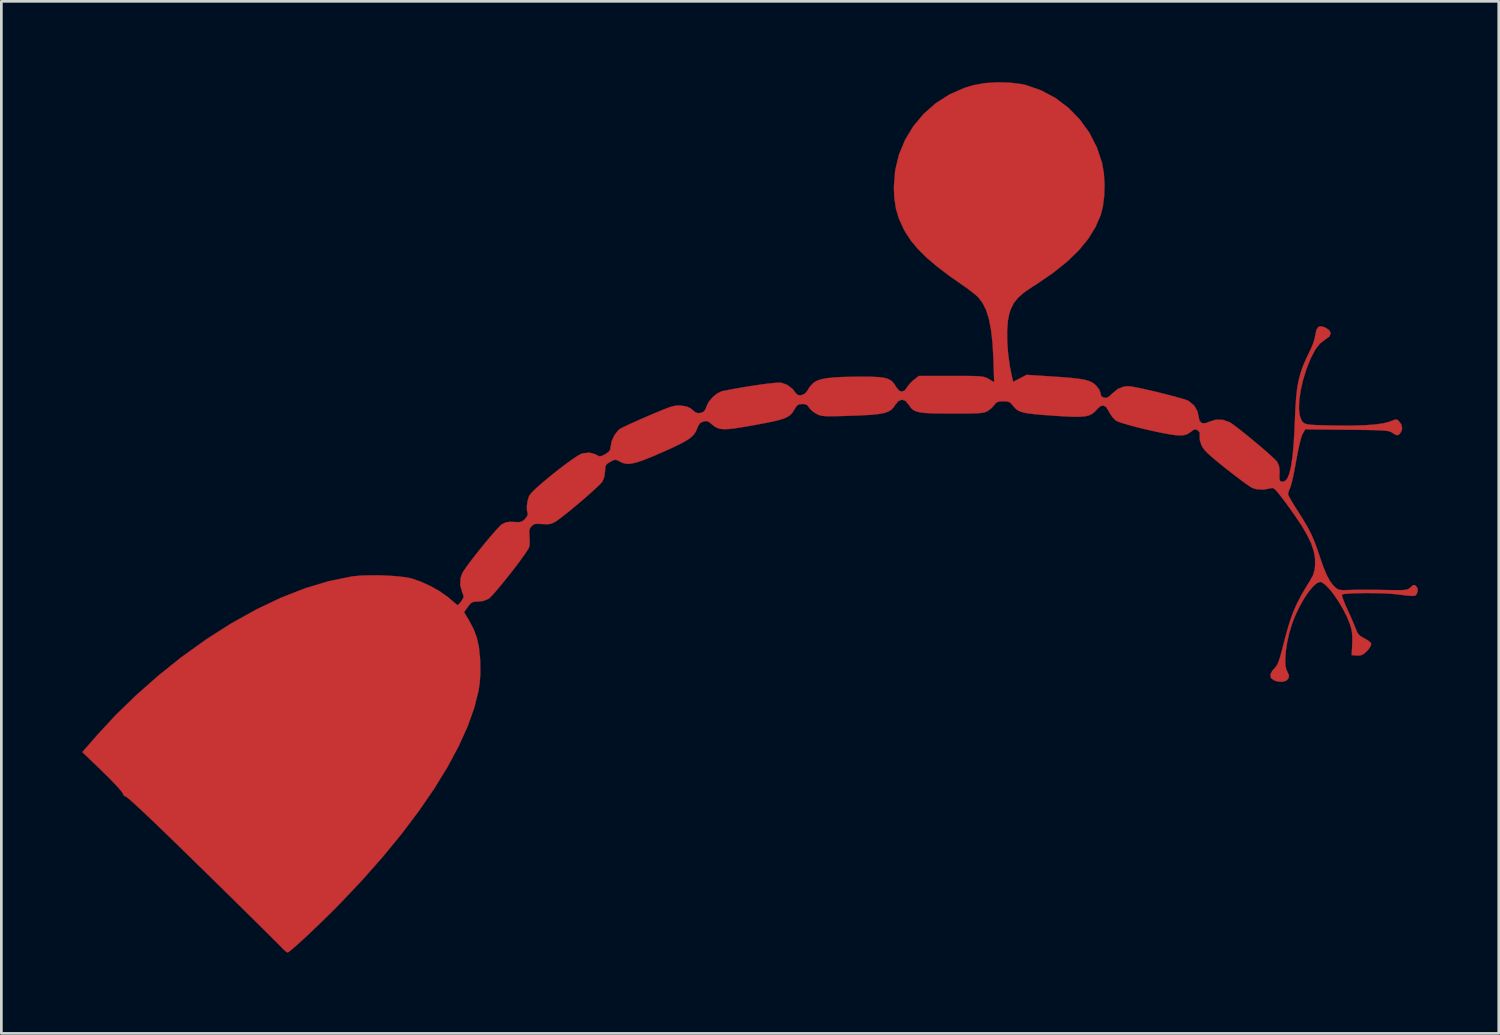
<source format=kicad_pcb>
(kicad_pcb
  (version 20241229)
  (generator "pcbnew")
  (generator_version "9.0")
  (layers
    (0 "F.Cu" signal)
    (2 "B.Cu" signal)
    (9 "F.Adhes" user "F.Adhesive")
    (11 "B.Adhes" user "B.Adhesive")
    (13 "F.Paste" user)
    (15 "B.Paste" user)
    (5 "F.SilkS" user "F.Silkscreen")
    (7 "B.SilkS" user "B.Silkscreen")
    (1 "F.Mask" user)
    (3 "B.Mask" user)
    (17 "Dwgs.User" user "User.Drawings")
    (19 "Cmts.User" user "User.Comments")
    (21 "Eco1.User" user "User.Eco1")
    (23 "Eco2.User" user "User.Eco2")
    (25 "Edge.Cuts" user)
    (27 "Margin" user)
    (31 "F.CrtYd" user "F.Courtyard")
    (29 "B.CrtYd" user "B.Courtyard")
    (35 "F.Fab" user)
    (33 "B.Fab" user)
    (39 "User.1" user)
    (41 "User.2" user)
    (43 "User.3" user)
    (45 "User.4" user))
  (footprint "cu"
    (layer "F.Cu")
    (at 34.04 3.918)
    (property "Reference" "cu" (at 0 0 0) (layer "F.Cu") (effects (font (size 1.524 1.524) (thickness 0.3))))
    (attr through_hole)
    (fp_poly (pts (xy 0.376 -3.902) (xy 0.805 -3.85) (xy 0.984 -3.812) (xy 1.555 -3.614) (xy 2.086 -3.33) (xy 2.567 -2.966) (xy 2.989 -2.534) (xy 3.345 -2.041) (xy 3.624 -1.496) (xy 3.816 -0.921) (xy 3.882 -0.541) (xy 3.909 -0.121) (xy 3.896 0.306) (xy 3.845 0.704) (xy 3.765 1.016) (xy 3.57 1.465) (xy 3.301 1.899) (xy 2.954 2.322) (xy 2.522 2.739) (xy 2 3.157) (xy 1.385 3.58) (xy 1.226 3.681) (xy 0.923 3.887) (xy 0.7 4.081) (xy 0.539 4.283) (xy 0.426 4.511) (xy 0.373 4.67) (xy 0.317 4.961) (xy 0.292 5.325) (xy 0.297 5.741) (xy 0.332 6.185) (xy 0.395 6.636) (xy 0.462 6.968) (xy 0.516 7.205) (xy 0.766 7.075) (xy 1.017 6.945) (xy 1.943 7.005) (xy 2.371 7.034) (xy 2.71 7.063) (xy 2.974 7.094) (xy 3.176 7.13) (xy 3.329 7.173) (xy 3.446 7.227) (xy 3.54 7.293) (xy 3.592 7.341) (xy 3.706 7.484) (xy 3.758 7.616) (xy 3.759 7.635) (xy 3.79 7.743) (xy 3.888 7.794) (xy 3.986 7.799) (xy 4.081 7.748) (xy 4.184 7.649) (xy 4.402 7.468) (xy 4.636 7.379) (xy 4.787 7.366) (xy 4.902 7.379) (xy 5.093 7.413) (xy 5.341 7.465) (xy 5.626 7.53) (xy 5.929 7.602) (xy 6.23 7.677) (xy 6.51 7.751) (xy 6.749 7.818) (xy 6.928 7.873) (xy 7.028 7.913) (xy 7.029 7.914) (xy 7.233 8.083) (xy 7.359 8.299) (xy 7.393 8.466) (xy 7.431 8.646) (xy 7.518 8.737) (xy 7.656 8.741) (xy 7.801 8.683) (xy 8.042 8.61) (xy 8.304 8.616) (xy 8.546 8.7) (xy 8.582 8.722) (xy 8.724 8.821) (xy 8.912 8.965) (xy 9.133 9.14) (xy 9.371 9.334) (xy 9.611 9.535) (xy 9.838 9.728) (xy 10.038 9.904) (xy 10.195 10.048) (xy 10.295 10.148) (xy 10.318 10.177) (xy 10.384 10.326) (xy 10.406 10.509) (xy 10.403 10.617) (xy 10.399 10.779) (xy 10.412 10.865) (xy 10.453 10.902) (xy 10.5 10.912) (xy 10.603 10.891) (xy 10.692 10.791) (xy 10.768 10.611) (xy 10.831 10.345) (xy 10.884 9.992) (xy 10.926 9.546) (xy 10.958 9.004) (xy 10.97 8.712) (xy 10.991 8.222) (xy 11.018 7.814) (xy 11.055 7.47) (xy 11.107 7.171) (xy 11.177 6.898) (xy 11.269 6.633) (xy 11.387 6.356) (xy 11.536 6.048) (xy 11.55 6.02) (xy 11.638 5.816) (xy 11.705 5.603) (xy 11.732 5.466) (xy 11.773 5.269) (xy 11.847 5.164) (xy 11.964 5.144) (xy 12.113 5.195) (xy 12.257 5.297) (xy 12.302 5.411) (xy 12.248 5.527) (xy 12.097 5.635) (xy 11.908 5.778) (xy 11.729 6.011) (xy 11.557 6.338) (xy 11.407 6.716) (xy 11.28 7.123) (xy 11.189 7.514) (xy 11.137 7.875) (xy 11.125 8.193) (xy 11.152 8.453) (xy 11.221 8.64) (xy 11.264 8.696) (xy 11.307 8.733) (xy 11.36 8.761) (xy 11.438 8.782) (xy 11.555 8.797) (xy 11.727 8.808) (xy 11.966 8.817) (xy 12.289 8.825) (xy 12.405 8.827) (xy 12.997 8.832) (xy 13.507 8.82) (xy 13.931 8.79) (xy 14.265 8.743) (xy 14.503 8.68) (xy 14.554 8.658) (xy 14.681 8.607) (xy 14.762 8.608) (xy 14.814 8.641) (xy 14.926 8.785) (xy 14.955 8.947) (xy 14.91 9.075) (xy 14.832 9.168) (xy 14.751 9.185) (xy 14.636 9.128) (xy 14.59 9.096) (xy 14.545 9.068) (xy 14.489 9.046) (xy 14.41 9.028) (xy 14.297 9.015) (xy 14.137 9.005) (xy 13.921 8.997) (xy 13.635 8.991) (xy 13.269 8.987) (xy 12.906 8.983) (xy 11.359 8.968) (xy 11.262 9.134) (xy 11.215 9.251) (xy 11.16 9.452) (xy 11.099 9.722) (xy 11.036 10.045) (xy 11.02 10.14) (xy 10.966 10.433) (xy 10.912 10.701) (xy 10.861 10.924) (xy 10.818 11.08) (xy 10.797 11.137) (xy 10.743 11.266) (xy 10.719 11.366) (xy 10.719 11.37) (xy 10.745 11.44) (xy 10.818 11.576) (xy 10.925 11.758) (xy 11.057 11.967) (xy 11.068 11.985) (xy 11.281 12.32) (xy 11.448 12.602) (xy 11.581 12.861) (xy 11.696 13.125) (xy 11.806 13.422) (xy 11.893 13.683) (xy 12.024 14.062) (xy 12.146 14.357) (xy 12.266 14.582) (xy 12.392 14.753) (xy 12.465 14.828) (xy 12.54 14.889) (xy 12.622 14.924) (xy 12.738 14.937) (xy 12.919 14.934) (xy 12.99 14.931) (xy 13.179 14.926) (xy 13.441 14.924) (xy 13.749 14.924) (xy 14.076 14.927) (xy 14.265 14.93) (xy 14.584 14.936) (xy 14.817 14.938) (xy 14.981 14.934) (xy 15.092 14.923) (xy 15.166 14.903) (xy 15.219 14.873) (xy 15.268 14.831) (xy 15.27 14.83) (xy 15.359 14.754) (xy 15.417 14.746) (xy 15.48 14.798) (xy 15.536 14.887) (xy 15.523 15) (xy 15.515 15.023) (xy 15.491 15.084) (xy 15.461 15.125) (xy 15.407 15.147) (xy 15.314 15.152) (xy 15.164 15.14) (xy 14.941 15.115) (xy 14.732 15.089) (xy 14.533 15.07) (xy 14.284 15.057) (xy 14.003 15.049) (xy 13.71 15.046) (xy 13.423 15.047) (xy 13.162 15.054) (xy 12.945 15.065) (xy 12.792 15.08) (xy 12.721 15.1) (xy 12.721 15.101) (xy 12.725 15.159) (xy 12.768 15.289) (xy 12.84 15.468) (xy 12.914 15.634) (xy 13.021 15.869) (xy 13.121 16.098) (xy 13.2 16.289) (xy 13.232 16.371) (xy 13.303 16.532) (xy 13.394 16.635) (xy 13.544 16.722) (xy 13.556 16.727) (xy 13.694 16.808) (xy 13.788 16.891) (xy 13.809 16.93) (xy 13.784 17.019) (xy 13.7 17.141) (xy 13.646 17.2) (xy 13.52 17.312) (xy 13.414 17.36) (xy 13.285 17.365) (xy 13.273 17.364) (xy 13.081 17.348) (xy 13.093 17.12) (xy 13.105 16.842) (xy 13.104 16.637) (xy 13.089 16.476) (xy 13.057 16.33) (xy 13.01 16.182) (xy 12.9 15.915) (xy 12.76 15.638) (xy 12.6 15.367) (xy 12.43 15.117) (xy 12.263 14.903) (xy 12.108 14.742) (xy 11.977 14.648) (xy 11.913 14.63) (xy 11.791 14.676) (xy 11.645 14.803) (xy 11.484 14.997) (xy 11.317 15.245) (xy 11.153 15.533) (xy 11.002 15.845) (xy 10.874 16.169) (xy 10.87 16.181) (xy 10.767 16.519) (xy 10.689 16.861) (xy 10.638 17.19) (xy 10.616 17.486) (xy 10.623 17.731) (xy 10.663 17.908) (xy 10.692 17.961) (xy 10.755 18.1) (xy 10.735 18.217) (xy 10.645 18.3) (xy 10.504 18.34) (xy 10.326 18.327) (xy 10.188 18.28) (xy 10.082 18.19) (xy 10.066 18.066) (xy 10.139 17.922) (xy 10.209 17.846) (xy 10.27 17.778) (xy 10.324 17.69) (xy 10.376 17.566) (xy 10.433 17.388) (xy 10.501 17.139) (xy 10.558 16.916) (xy 10.678 16.461) (xy 10.793 16.079) (xy 10.913 15.745) (xy 11.051 15.434) (xy 11.216 15.118) (xy 11.419 14.772) (xy 11.534 14.587) (xy 11.647 14.381) (xy 11.705 14.185) (xy 11.725 14.003) (xy 11.721 13.749) (xy 11.674 13.487) (xy 11.58 13.206) (xy 11.432 12.895) (xy 11.226 12.543) (xy 10.957 12.14) (xy 10.67 11.742) (xy 10.489 11.501) (xy 10.357 11.332) (xy 10.261 11.223) (xy 10.192 11.165) (xy 10.138 11.145) (xy 10.094 11.152) (xy 9.815 11.206) (xy 9.548 11.191) (xy 9.388 11.139) (xy 9.29 11.08) (xy 9.129 10.968) (xy 8.921 10.815) (xy 8.681 10.633) (xy 8.425 10.432) (xy 8.402 10.414) (xy 8.113 10.181) (xy 7.894 9.998) (xy 7.735 9.854) (xy 7.624 9.739) (xy 7.55 9.641) (xy 7.507 9.561) (xy 7.445 9.367) (xy 7.439 9.208) (xy 7.44 9.205) (xy 7.441 9.084) (xy 7.367 9.004) (xy 7.364 9.002) (xy 7.284 8.968) (xy 7.208 8.989) (xy 7.105 9.066) (xy 6.983 9.148) (xy 6.845 9.186) (xy 6.675 9.195) (xy 6.521 9.182) (xy 6.297 9.148) (xy 6.023 9.097) (xy 5.718 9.032) (xy 5.402 8.96) (xy 5.093 8.884) (xy 4.81 8.808) (xy 4.573 8.738) (xy 4.401 8.678) (xy 4.322 8.639) (xy 4.212 8.529) (xy 4.105 8.374) (xy 4.07 8.307) (xy 3.968 8.143) (xy 3.861 8.08) (xy 3.742 8.116) (xy 3.629 8.224) (xy 3.537 8.324) (xy 3.44 8.399) (xy 3.325 8.452) (xy 3.177 8.486) (xy 2.984 8.501) (xy 2.73 8.501) (xy 2.402 8.486) (xy 2.007 8.461) (xy 1.606 8.432) (xy 1.293 8.404) (xy 1.054 8.374) (xy 0.875 8.337) (xy 0.743 8.291) (xy 0.643 8.231) (xy 0.562 8.155) (xy 0.499 8.076) (xy 0.413 7.98) (xy 0.315 7.936) (xy 0.162 7.925) (xy 0.149 7.925) (xy -0.01 7.935) (xy -0.106 7.974) (xy -0.175 8.054) (xy -0.278 8.171) (xy -0.414 8.278) (xy -0.422 8.283) (xy -0.482 8.315) (xy -0.552 8.339) (xy -0.647 8.357) (xy -0.781 8.369) (xy -0.967 8.376) (xy -1.22 8.38) (xy -1.554 8.382) (xy -1.742 8.382) (xy -2.163 8.38) (xy -2.497 8.374) (xy -2.753 8.36) (xy -2.947 8.336) (xy -3.089 8.3) (xy -3.193 8.248) (xy -3.271 8.179) (xy -3.337 8.089) (xy -3.358 8.054) (xy -3.481 7.91) (xy -3.614 7.866) (xy -3.746 7.92) (xy -3.856 8.055) (xy -3.93 8.163) (xy -4.017 8.249) (xy -4.132 8.315) (xy -4.285 8.365) (xy -4.49 8.402) (xy -4.76 8.429) (xy -5.108 8.448) (xy -5.487 8.463) (xy -5.85 8.474) (xy -6.125 8.481) (xy -6.33 8.482) (xy -6.478 8.477) (xy -6.586 8.465) (xy -6.668 8.444) (xy -6.74 8.416) (xy -6.784 8.394) (xy -6.928 8.299) (xy -7.038 8.19) (xy -7.059 8.158) (xy -7.135 8.063) (xy -7.25 8.029) (xy -7.311 8.027) (xy -7.437 8.04) (xy -7.519 8.097) (xy -7.595 8.215) (xy -7.662 8.327) (xy -7.739 8.418) (xy -7.839 8.494) (xy -7.976 8.559) (xy -8.162 8.619) (xy -8.411 8.679) (xy -8.736 8.744) (xy -9.09 8.81) (xy -9.49 8.88) (xy -9.804 8.929) (xy -10.047 8.957) (xy -10.233 8.963) (xy -10.376 8.947) (xy -10.49 8.908) (xy -10.591 8.846) (xy -10.689 8.763) (xy -10.803 8.677) (xy -10.909 8.661) (xy -10.981 8.675) (xy -11.1 8.731) (xy -11.178 8.845) (xy -11.203 8.91) (xy -11.256 9.039) (xy -11.328 9.152) (xy -11.432 9.258) (xy -11.578 9.363) (xy -11.779 9.478) (xy -12.048 9.61) (xy -12.396 9.769) (xy -12.492 9.811) (xy -12.88 9.979) (xy -13.19 10.103) (xy -13.436 10.188) (xy -13.631 10.236) (xy -13.787 10.25) (xy -13.918 10.233) (xy -14.036 10.187) (xy -14.072 10.168) (xy -14.187 10.109) (xy -14.268 10.096) (xy -14.361 10.132) (xy -14.44 10.175) (xy -14.558 10.25) (xy -14.614 10.327) (xy -14.63 10.449) (xy -14.631 10.512) (xy -14.658 10.727) (xy -14.728 10.903) (xy -14.796 10.984) (xy -14.93 11.114) (xy -15.113 11.282) (xy -15.33 11.475) (xy -15.567 11.678) (xy -15.808 11.881) (xy -16.039 12.069) (xy -16.244 12.23) (xy -16.407 12.351) (xy -16.491 12.406) (xy -16.623 12.468) (xy -16.763 12.492) (xy -16.956 12.484) (xy -16.966 12.483) (xy -17.142 12.473) (xy -17.251 12.485) (xy -17.327 12.528) (xy -17.364 12.565) (xy -17.425 12.654) (xy -17.447 12.766) (xy -17.438 12.939) (xy -17.429 13.117) (xy -17.435 13.273) (xy -17.444 13.328) (xy -17.487 13.415) (xy -17.585 13.565) (xy -17.725 13.763) (xy -17.896 13.993) (xy -18.086 14.241) (xy -18.284 14.491) (xy -18.477 14.73) (xy -18.654 14.942) (xy -18.804 15.112) (xy -18.914 15.225) (xy -18.956 15.26) (xy -19.161 15.34) (xy -19.351 15.361) (xy -19.503 15.37) (xy -19.6 15.411) (xy -19.69 15.507) (xy -19.726 15.558) (xy -19.866 15.754) (xy -19.691 16.043) (xy -19.515 16.371) (xy -19.392 16.696) (xy -19.314 17.049) (xy -19.272 17.46) (xy -19.265 17.602) (xy -19.26 18.015) (xy -19.283 18.367) (xy -19.325 18.656) (xy -19.487 19.307) (xy -19.736 20.002) (xy -20.069 20.736) (xy -20.482 21.505) (xy -20.973 22.304) (xy -21.539 23.128) (xy -22.176 23.974) (xy -22.883 24.837) (xy -23.657 25.712) (xy -24.481 26.582) (xy -24.75 26.853) (xy -25.029 27.129) (xy -25.31 27.401) (xy -25.581 27.659) (xy -25.831 27.893) (xy -26.05 28.092) (xy -26.228 28.248) (xy -26.354 28.349) (xy -26.411 28.386) (xy -26.466 28.361) (xy -26.555 28.283) (xy -26.578 28.259) (xy -26.646 28.189) (xy -26.776 28.058) (xy -26.959 27.876) (xy -27.185 27.651) (xy -27.444 27.393) (xy -27.727 27.113) (xy -27.896 26.947) (xy -28.644 26.21) (xy -29.322 25.544) (xy -29.93 24.949) (xy -30.469 24.423) (xy -30.94 23.966) (xy -31.345 23.576) (xy -31.683 23.254) (xy -31.957 22.997) (xy -32.166 22.806) (xy -32.312 22.678) (xy -32.395 22.614) (xy -32.415 22.606) (xy -32.493 22.562) (xy -32.532 22.484) (xy -32.577 22.413) (xy -32.684 22.285) (xy -32.842 22.113) (xy -33.039 21.91) (xy -33.264 21.689) (xy -33.299 21.655) (xy -34.035 20.948) (xy -33.454 20.285) (xy -32.781 19.56) (xy -32.03 18.833) (xy -31.227 18.123) (xy -30.392 17.453) (xy -30.353 17.424) (xy -29.427 16.758) (xy -28.498 16.167) (xy -27.575 15.654) (xy -26.664 15.22) (xy -25.771 14.871) (xy -24.904 14.609) (xy -24.069 14.437) (xy -23.987 14.424) (xy -23.712 14.398) (xy -23.379 14.386) (xy -23.016 14.387) (xy -22.65 14.401) (xy -22.307 14.426) (xy -22.015 14.462) (xy -21.819 14.502) (xy -21.475 14.62) (xy -21.114 14.785) (xy -20.772 14.977) (xy -20.484 15.179) (xy -20.41 15.241) (xy -20.27 15.362) (xy -20.161 15.452) (xy -20.103 15.493) (xy -20.099 15.494) (xy -20.056 15.457) (xy -19.981 15.365) (xy -19.963 15.34) (xy -19.894 15.23) (xy -19.883 15.146) (xy -19.925 15.034) (xy -19.934 15.014) (xy -20.006 14.757) (xy -19.995 14.491) (xy -19.932 14.31) (xy -19.857 14.188) (xy -19.732 14.011) (xy -19.57 13.795) (xy -19.383 13.556) (xy -19.184 13.308) (xy -18.986 13.067) (xy -18.8 12.849) (xy -18.64 12.669) (xy -18.518 12.543) (xy -18.455 12.49) (xy -18.316 12.423) (xy -18.164 12.4) (xy -18.007 12.406) (xy -17.839 12.414) (xy -17.733 12.395) (xy -17.648 12.339) (xy -17.598 12.289) (xy -17.517 12.18) (xy -17.497 12.098) (xy -17.501 12.089) (xy -17.532 11.971) (xy -17.532 11.799) (xy -17.505 11.613) (xy -17.455 11.454) (xy -17.439 11.422) (xy -17.358 11.321) (xy -17.21 11.175) (xy -17.012 10.997) (xy -16.778 10.799) (xy -16.523 10.592) (xy -16.265 10.39) (xy -16.017 10.204) (xy -15.795 10.047) (xy -15.614 9.93) (xy -15.491 9.867) (xy -15.474 9.862) (xy -15.212 9.833) (xy -14.989 9.893) (xy -14.915 9.937) (xy -14.839 9.97) (xy -14.753 9.956) (xy -14.623 9.891) (xy -14.494 9.802) (xy -14.437 9.711) (xy -14.426 9.627) (xy -14.387 9.411) (xy -14.289 9.193) (xy -14.151 9.013) (xy -14.062 8.942) (xy -13.963 8.89) (xy -13.788 8.807) (xy -13.555 8.701) (xy -13.282 8.58) (xy -12.988 8.453) (xy -12.987 8.452) (xy -12.668 8.318) (xy -12.427 8.219) (xy -12.245 8.151) (xy -12.108 8.109) (xy -11.998 8.088) (xy -11.899 8.083) (xy -11.804 8.088) (xy -11.606 8.12) (xy -11.464 8.185) (xy -11.383 8.252) (xy -11.266 8.344) (xy -11.16 8.369) (xy -11.08 8.358) (xy -10.968 8.314) (xy -10.902 8.223) (xy -10.872 8.13) (xy -10.786 7.953) (xy -10.641 7.778) (xy -10.466 7.634) (xy -10.293 7.553) (xy -10.28 7.55) (xy -9.928 7.481) (xy -9.564 7.417) (xy -9.204 7.358) (xy -8.867 7.308) (xy -8.568 7.269) (xy -8.325 7.244) (xy -8.155 7.235) (xy -8.094 7.238) (xy -7.869 7.318) (xy -7.667 7.474) (xy -7.544 7.636) (xy -7.457 7.702) (xy -7.337 7.7) (xy -7.213 7.641) (xy -7.12 7.534) (xy -7.108 7.51) (xy -7.027 7.381) (xy -6.903 7.252) (xy -6.875 7.229) (xy -6.764 7.163) (xy -6.615 7.111) (xy -6.417 7.072) (xy -6.159 7.044) (xy -5.83 7.025) (xy -5.417 7.016) (xy -5.105 7.013) (xy -4.739 7.016) (xy -4.46 7.03) (xy -4.251 7.059) (xy -4.098 7.108) (xy -3.984 7.182) (xy -3.895 7.285) (xy -3.835 7.383) (xy -3.726 7.525) (xy -3.611 7.571) (xy -3.501 7.519) (xy -3.43 7.419) (xy -3.34 7.293) (xy -3.209 7.162) (xy -3.166 7.127) (xy -2.98 6.985) (xy -1.782 6.985) (xy -1.402 6.985) (xy -1.109 6.987) (xy -0.889 6.992) (xy -0.729 7) (xy -0.613 7.014) (xy -0.528 7.034) (xy -0.46 7.061) (xy -0.394 7.097) (xy -0.386 7.102) (xy -0.188 7.219) (xy -0.216 6.365) (xy -0.248 5.781) (xy -0.303 5.287) (xy -0.382 4.876) (xy -0.488 4.54) (xy -0.623 4.271) (xy -0.777 4.071) (xy -0.896 3.963) (xy -1.069 3.825) (xy -1.263 3.683) (xy -1.321 3.643) (xy -1.867 3.261) (xy -2.328 2.909) (xy -2.711 2.58) (xy -3.026 2.266) (xy -3.281 1.959) (xy -3.484 1.651) (xy -3.548 1.533) (xy -3.723 1.148) (xy -3.836 0.77) (xy -3.896 0.363) (xy -3.911 -0.03) (xy -3.863 -0.643) (xy -3.722 -1.229) (xy -3.494 -1.779) (xy -3.186 -2.286) (xy -2.805 -2.741) (xy -2.358 -3.135) (xy -1.85 -3.46) (xy -1.289 -3.707) (xy -0.944 -3.81) (xy -0.54 -3.882) (xy -0.086 -3.913) (xy 0.376 -3.902)) (stroke (width 0.01) (type solid)) (fill yes) (layer "F.Cu")))
  (gr_rect
    (start -3 -3)
    (end 52.581 35.308)
    (stroke (width 0.1) (type default))
    (fill no)
    (layer "Edge.Cuts")))
</source>
